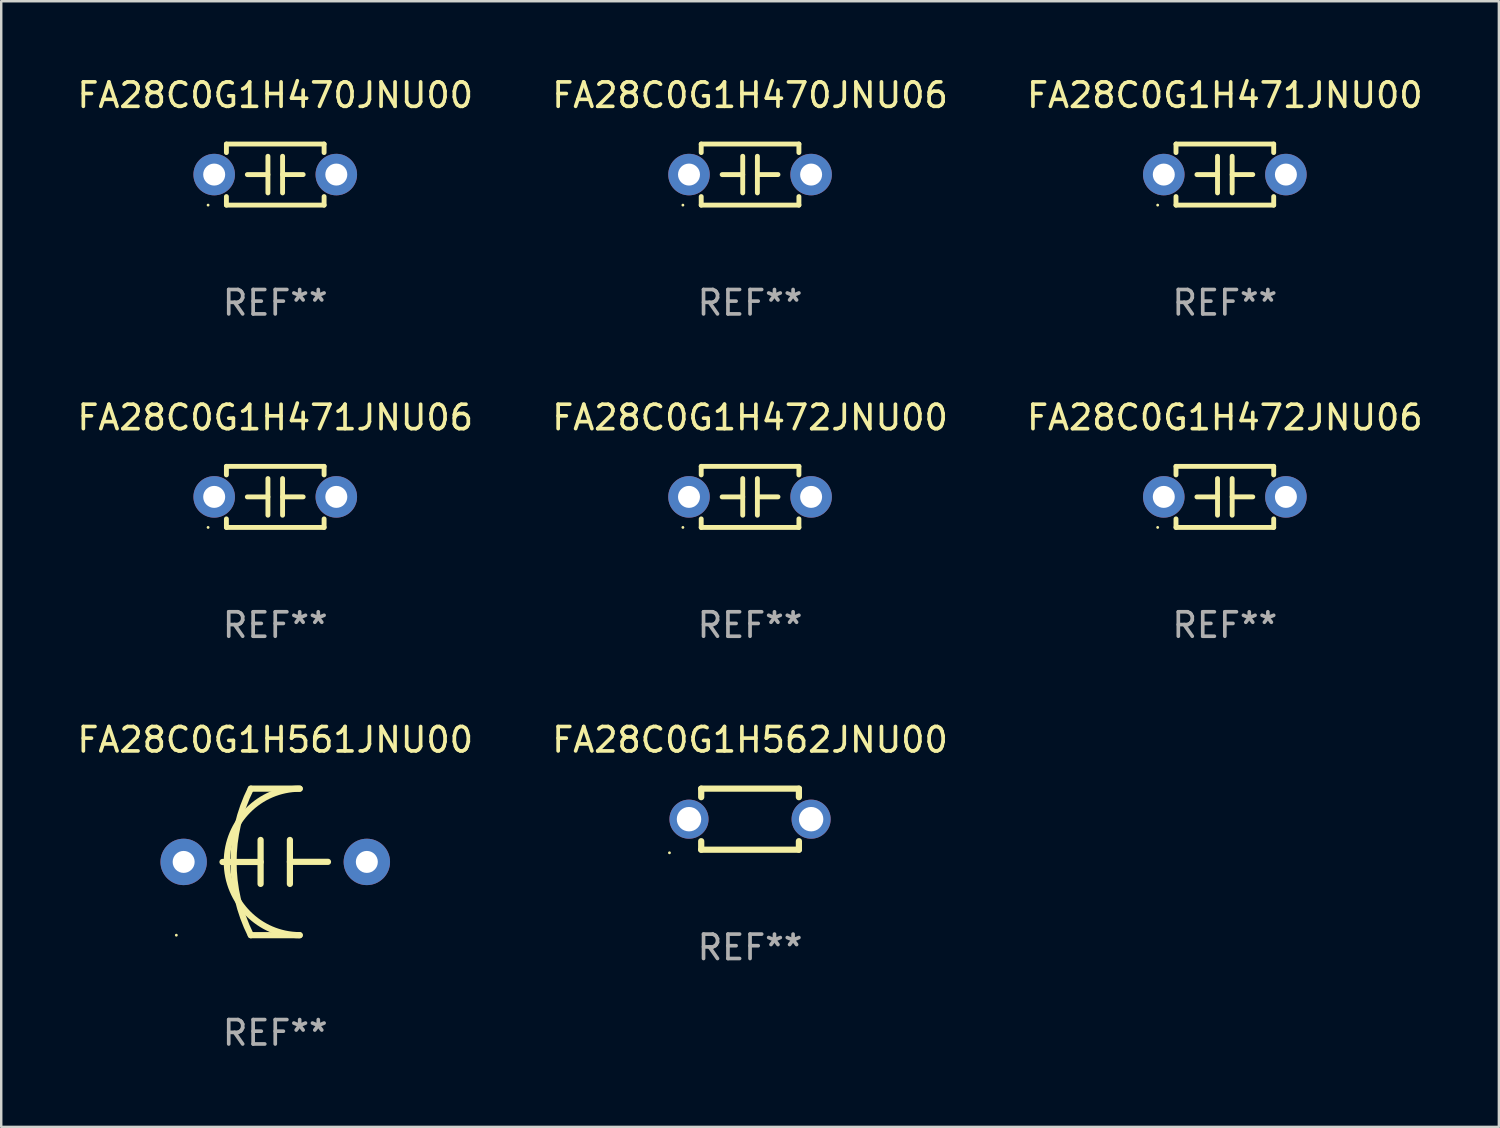
<source format=kicad_pcb>
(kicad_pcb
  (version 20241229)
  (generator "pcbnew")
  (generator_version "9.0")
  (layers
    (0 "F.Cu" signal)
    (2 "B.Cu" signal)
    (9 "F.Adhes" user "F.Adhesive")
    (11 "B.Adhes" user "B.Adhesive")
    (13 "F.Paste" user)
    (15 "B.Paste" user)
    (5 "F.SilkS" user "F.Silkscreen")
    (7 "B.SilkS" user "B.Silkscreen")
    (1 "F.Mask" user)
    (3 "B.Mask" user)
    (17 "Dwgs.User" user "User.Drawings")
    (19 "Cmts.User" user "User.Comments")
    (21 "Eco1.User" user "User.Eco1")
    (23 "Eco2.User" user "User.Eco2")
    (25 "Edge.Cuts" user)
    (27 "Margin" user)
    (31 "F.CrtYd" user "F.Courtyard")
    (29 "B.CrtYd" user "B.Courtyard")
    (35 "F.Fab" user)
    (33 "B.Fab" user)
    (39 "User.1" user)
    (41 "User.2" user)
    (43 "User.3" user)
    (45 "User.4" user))
  (footprint "FA28C0G1H561JNU00"
    (layer "F.Cu")
    (at 8.22 32.241)
    (property "Reference" "FA28C0G1H561JNU00" (at 0 -5 0) (layer "F.SilkS") (effects (font (size 1 1) (thickness 0.15))))
    (attr through_hole)
    (fp_line (start -1 -3) (end 1 -3) (stroke (width 0.254) (type solid)) (layer "F.SilkS"))
    (fp_line (start -0.6 -0.9) (end -0.6 0.9) (stroke (width 0.254) (type solid)) (layer "F.SilkS"))
    (fp_line (start -0.6 0.003) (end -2.159 0.003) (stroke (width 0.254) (type solid)) (layer "F.SilkS"))
    (fp_line (start 0.6 -0.003) (end 2.159 -0.003) (stroke (width 0.254) (type solid)) (layer "F.SilkS"))
    (fp_line (start 0.6 0.9) (end 0.6 -0.9) (stroke (width 0.254) (type solid)) (layer "F.SilkS"))
    (fp_line (start 1 3) (end -1 3) (stroke (width 0.254) (type solid)) (layer "F.SilkS"))
    (fp_arc (start -1.000762 2.999746) (mid -1.708676 -0.000217) (end -1 -3) (stroke (width 0.254001) (type solid)) (layer "F.SilkS"))
    (fp_arc (start 1 3) (mid -1.999111 -0.000254) (end 1.000762 -2.999746) (stroke (width 0.254001) (type solid)) (layer "F.SilkS"))
    (fp_circle (center -4.05 3) (end -4.02 3) (stroke (width 0.06) (type solid)) (fill no) (layer "F.SilkS"))
    (fp_text user "REF**" (at 0 7 0) (layer "F.Fab") (effects (font (size 1 1) (thickness 0.15))))
    (pad "1" thru_hole circle (at -3.75 0) (size 1.9 1.9) (drill 0.9) (layers "*.Cu" "*.Mask"))
    (pad "2" thru_hole circle (at 3.75 0) (size 1.9 1.9) (drill 0.9) (layers "*.Cu" "*.Mask")))
  (footprint "FA28C0G1H470JNU06"
    (layer "F.Cu")
    (at 27.661 4.098)
    (property "Reference" "FA28C0G1H470JNU06" (at 0 -3.25 0) (layer "F.SilkS") (effects (font (size 1 1) (thickness 0.15))))
    (attr through_hole)
    (fp_line (start -2 -1.25) (end -2 -0.901) (stroke (width 0.2) (type solid)) (layer "F.SilkS"))
    (fp_line (start -2 -1.25) (end 2 -1.25) (stroke (width 0.2) (type solid)) (layer "F.SilkS"))
    (fp_line (start -2 0.901) (end -2 1.25) (stroke (width 0.2) (type solid)) (layer "F.SilkS"))
    (fp_line (start -0.3 -0.75) (end -0.3 0.75) (stroke (width 0.2) (type solid)) (layer "F.SilkS"))
    (fp_line (start -0.3 0.001) (end -1.143 0.001) (stroke (width 0.2) (type solid)) (layer "F.SilkS"))
    (fp_line (start 0.3 -0.001) (end 1.143 -0.001) (stroke (width 0.2) (type solid)) (layer "F.SilkS"))
    (fp_line (start 0.3 0.75) (end 0.3 -0.75) (stroke (width 0.2) (type solid)) (layer "F.SilkS"))
    (fp_line (start 2 -1.25) (end 2 -0.901) (stroke (width 0.2) (type solid)) (layer "F.SilkS"))
    (fp_line (start 2 0.901) (end 2 1.25) (stroke (width 0.2) (type solid)) (layer "F.SilkS"))
    (fp_line (start 2 1.25) (end -2 1.25) (stroke (width 0.2) (type solid)) (layer "F.SilkS"))
    (fp_circle (center -2.75 1.25) (end -2.72 1.25) (stroke (width 0.06) (type solid)) (fill no) (layer "F.SilkS"))
    (fp_text user "REF**" (at 0 5.25 0) (layer "F.Fab") (effects (font (size 1 1) (thickness 0.15))))
    (pad "1" thru_hole circle (at -2.5 0) (size 1.7 1.7) (drill 0.9) (layers "*.Cu" "*.Mask"))
    (pad "2" thru_hole circle (at 2.5 0) (size 1.7 1.7) (drill 0.9) (layers "*.Cu" "*.Mask")))
  (footprint "FA28C0G1H471JNU06"
    (layer "F.Cu")
    (at 8.22 17.295)
    (property "Reference" "FA28C0G1H471JNU06" (at 0 -3.25 0) (layer "F.SilkS") (effects (font (size 1 1) (thickness 0.15))))
    (attr through_hole)
    (fp_line (start -2 -1.25) (end -2 -0.901) (stroke (width 0.2) (type solid)) (layer "F.SilkS"))
    (fp_line (start -2 -1.25) (end 2 -1.25) (stroke (width 0.2) (type solid)) (layer "F.SilkS"))
    (fp_line (start -2 0.901) (end -2 1.25) (stroke (width 0.2) (type solid)) (layer "F.SilkS"))
    (fp_line (start -0.3 -0.75) (end -0.3 0.75) (stroke (width 0.2) (type solid)) (layer "F.SilkS"))
    (fp_line (start -0.3 0.001) (end -1.143 0.001) (stroke (width 0.2) (type solid)) (layer "F.SilkS"))
    (fp_line (start 0.3 -0.001) (end 1.143 -0.001) (stroke (width 0.2) (type solid)) (layer "F.SilkS"))
    (fp_line (start 0.3 0.75) (end 0.3 -0.75) (stroke (width 0.2) (type solid)) (layer "F.SilkS"))
    (fp_line (start 2 -1.25) (end 2 -0.901) (stroke (width 0.2) (type solid)) (layer "F.SilkS"))
    (fp_line (start 2 0.901) (end 2 1.25) (stroke (width 0.2) (type solid)) (layer "F.SilkS"))
    (fp_line (start 2 1.25) (end -2 1.25) (stroke (width 0.2) (type solid)) (layer "F.SilkS"))
    (fp_circle (center -2.75 1.25) (end -2.72 1.25) (stroke (width 0.06) (type solid)) (fill no) (layer "F.SilkS"))
    (fp_text user "REF**" (at 0 5.25 0) (layer "F.Fab") (effects (font (size 1 1) (thickness 0.15))))
    (pad "1" thru_hole circle (at -2.5 0) (size 1.7 1.7) (drill 0.9) (layers "*.Cu" "*.Mask"))
    (pad "2" thru_hole circle (at 2.5 0) (size 1.7 1.7) (drill 0.9) (layers "*.Cu" "*.Mask")))
  (footprint "FA28C0G1H472JNU06"
    (layer "F.Cu")
    (at 47.101 17.295)
    (property "Reference" "FA28C0G1H472JNU06" (at 0 -3.25 0) (layer "F.SilkS") (effects (font (size 1 1) (thickness 0.15))))
    (attr through_hole)
    (fp_line (start -2 -1.25) (end -2 -0.901) (stroke (width 0.2) (type solid)) (layer "F.SilkS"))
    (fp_line (start -2 -1.25) (end 2 -1.25) (stroke (width 0.2) (type solid)) (layer "F.SilkS"))
    (fp_line (start -2 0.901) (end -2 1.25) (stroke (width 0.2) (type solid)) (layer "F.SilkS"))
    (fp_line (start -0.3 -0.75) (end -0.3 0.75) (stroke (width 0.2) (type solid)) (layer "F.SilkS"))
    (fp_line (start -0.3 0.001) (end -1.143 0.001) (stroke (width 0.2) (type solid)) (layer "F.SilkS"))
    (fp_line (start 0.3 -0.001) (end 1.143 -0.001) (stroke (width 0.2) (type solid)) (layer "F.SilkS"))
    (fp_line (start 0.3 0.75) (end 0.3 -0.75) (stroke (width 0.2) (type solid)) (layer "F.SilkS"))
    (fp_line (start 2 -1.25) (end 2 -0.901) (stroke (width 0.2) (type solid)) (layer "F.SilkS"))
    (fp_line (start 2 0.901) (end 2 1.25) (stroke (width 0.2) (type solid)) (layer "F.SilkS"))
    (fp_line (start 2 1.25) (end -2 1.25) (stroke (width 0.2) (type solid)) (layer "F.SilkS"))
    (fp_circle (center -2.75 1.25) (end -2.72 1.25) (stroke (width 0.06) (type solid)) (fill no) (layer "F.SilkS"))
    (fp_text user "REF**" (at 0 5.25 0) (layer "F.Fab") (effects (font (size 1 1) (thickness 0.15))))
    (pad "1" thru_hole circle (at -2.5 0) (size 1.7 1.7) (drill 0.9) (layers "*.Cu" "*.Mask"))
    (pad "2" thru_hole circle (at 2.5 0) (size 1.7 1.7) (drill 0.9) (layers "*.Cu" "*.Mask")))
  (footprint "FA28C0G1H472JNU00"
    (layer "F.Cu")
    (at 27.661 17.295)
    (property "Reference" "FA28C0G1H472JNU00" (at 0 -3.25 0) (layer "F.SilkS") (effects (font (size 1 1) (thickness 0.15))))
    (attr through_hole)
    (fp_line (start -2 -1.25) (end -2 -0.901) (stroke (width 0.2) (type solid)) (layer "F.SilkS"))
    (fp_line (start -2 -1.25) (end 2 -1.25) (stroke (width 0.2) (type solid)) (layer "F.SilkS"))
    (fp_line (start -2 0.901) (end -2 1.25) (stroke (width 0.2) (type solid)) (layer "F.SilkS"))
    (fp_line (start -0.3 -0.75) (end -0.3 0.75) (stroke (width 0.2) (type solid)) (layer "F.SilkS"))
    (fp_line (start -0.3 0.001) (end -1.143 0.001) (stroke (width 0.2) (type solid)) (layer "F.SilkS"))
    (fp_line (start 0.3 -0.001) (end 1.143 -0.001) (stroke (width 0.2) (type solid)) (layer "F.SilkS"))
    (fp_line (start 0.3 0.75) (end 0.3 -0.75) (stroke (width 0.2) (type solid)) (layer "F.SilkS"))
    (fp_line (start 2 -1.25) (end 2 -0.901) (stroke (width 0.2) (type solid)) (layer "F.SilkS"))
    (fp_line (start 2 0.901) (end 2 1.25) (stroke (width 0.2) (type solid)) (layer "F.SilkS"))
    (fp_line (start 2 1.25) (end -2 1.25) (stroke (width 0.2) (type solid)) (layer "F.SilkS"))
    (fp_circle (center -2.75 1.25) (end -2.72 1.25) (stroke (width 0.06) (type solid)) (fill no) (layer "F.SilkS"))
    (fp_text user "REF**" (at 0 5.25 0) (layer "F.Fab") (effects (font (size 1 1) (thickness 0.15))))
    (pad "1" thru_hole circle (at -2.5 0) (size 1.7 1.7) (drill 0.9) (layers "*.Cu" "*.Mask"))
    (pad "2" thru_hole circle (at 2.5 0) (size 1.7 1.7) (drill 0.9) (layers "*.Cu" "*.Mask")))
  (footprint "FA28C0G1H562JNU00"
    (layer "F.Cu")
    (at 27.661 30.491)
    (property "Reference" "FA28C0G1H562JNU00" (at 0 -3.25 0) (layer "F.SilkS") (effects (font (size 1 1) (thickness 0.15))))
    (attr through_hole)
    (fp_line (start -2 -1.25) (end -2 -0.901) (stroke (width 0.254) (type solid)) (layer "F.SilkS"))
    (fp_line (start -2 -1.25) (end 2 -1.25) (stroke (width 0.254) (type solid)) (layer "F.SilkS"))
    (fp_line (start -2 0.901) (end -2 1.25) (stroke (width 0.254) (type solid)) (layer "F.SilkS"))
    (fp_line (start 2 -1.25) (end 2 -0.901) (stroke (width 0.254) (type solid)) (layer "F.SilkS"))
    (fp_line (start 2 0.901) (end 2 1.25) (stroke (width 0.254) (type solid)) (layer "F.SilkS"))
    (fp_line (start 2 1.25) (end -2 1.25) (stroke (width 0.254) (type solid)) (layer "F.SilkS"))
    (fp_circle (center -3.3 1.377) (end -3.27 1.377) (stroke (width 0.06) (type solid)) (fill no) (layer "F.SilkS"))
    (fp_text user "REF**" (at 0 5.25 0) (layer "F.Fab") (effects (font (size 1 1) (thickness 0.15))))
    (pad "1" thru_hole circle (at -2.5 0) (size 1.6 1.6) (drill 1) (layers "*.Cu" "*.Mask"))
    (pad "2" thru_hole circle (at 2.5 0) (size 1.6 1.6) (drill 1) (layers "*.Cu" "*.Mask")))
  (footprint "FA28C0G1H470JNU00"
    (layer "F.Cu")
    (at 8.22 4.098)
    (property "Reference" "FA28C0G1H470JNU00" (at 0 -3.25 0) (layer "F.SilkS") (effects (font (size 1 1) (thickness 0.15))))
    (attr through_hole)
    (fp_line (start -2 -1.25) (end -2 -0.901) (stroke (width 0.2) (type solid)) (layer "F.SilkS"))
    (fp_line (start -2 -1.25) (end 2 -1.25) (stroke (width 0.2) (type solid)) (layer "F.SilkS"))
    (fp_line (start -2 0.901) (end -2 1.25) (stroke (width 0.2) (type solid)) (layer "F.SilkS"))
    (fp_line (start -0.3 -0.75) (end -0.3 0.75) (stroke (width 0.2) (type solid)) (layer "F.SilkS"))
    (fp_line (start -0.3 0.001) (end -1.143 0.001) (stroke (width 0.2) (type solid)) (layer "F.SilkS"))
    (fp_line (start 0.3 -0.001) (end 1.143 -0.001) (stroke (width 0.2) (type solid)) (layer "F.SilkS"))
    (fp_line (start 0.3 0.75) (end 0.3 -0.75) (stroke (width 0.2) (type solid)) (layer "F.SilkS"))
    (fp_line (start 2 -1.25) (end 2 -0.901) (stroke (width 0.2) (type solid)) (layer "F.SilkS"))
    (fp_line (start 2 0.901) (end 2 1.25) (stroke (width 0.2) (type solid)) (layer "F.SilkS"))
    (fp_line (start 2 1.25) (end -2 1.25) (stroke (width 0.2) (type solid)) (layer "F.SilkS"))
    (fp_circle (center -2.75 1.25) (end -2.72 1.25) (stroke (width 0.06) (type solid)) (fill no) (layer "F.SilkS"))
    (fp_text user "REF**" (at 0 5.25 0) (layer "F.Fab") (effects (font (size 1 1) (thickness 0.15))))
    (pad "1" thru_hole circle (at -2.5 0) (size 1.7 1.7) (drill 0.9) (layers "*.Cu" "*.Mask"))
    (pad "2" thru_hole circle (at 2.5 0) (size 1.7 1.7) (drill 0.9) (layers "*.Cu" "*.Mask")))
  (footprint "FA28C0G1H471JNU00"
    (layer "F.Cu")
    (at 47.101 4.098)
    (property "Reference" "FA28C0G1H471JNU00" (at 0 -3.25 0) (layer "F.SilkS") (effects (font (size 1 1) (thickness 0.15))))
    (attr through_hole)
    (fp_line (start -2 -1.25) (end -2 -0.901) (stroke (width 0.2) (type solid)) (layer "F.SilkS"))
    (fp_line (start -2 -1.25) (end 2 -1.25) (stroke (width 0.2) (type solid)) (layer "F.SilkS"))
    (fp_line (start -2 0.901) (end -2 1.25) (stroke (width 0.2) (type solid)) (layer "F.SilkS"))
    (fp_line (start -0.3 -0.75) (end -0.3 0.75) (stroke (width 0.2) (type solid)) (layer "F.SilkS"))
    (fp_line (start -0.3 0.001) (end -1.143 0.001) (stroke (width 0.2) (type solid)) (layer "F.SilkS"))
    (fp_line (start 0.3 -0.001) (end 1.143 -0.001) (stroke (width 0.2) (type solid)) (layer "F.SilkS"))
    (fp_line (start 0.3 0.75) (end 0.3 -0.75) (stroke (width 0.2) (type solid)) (layer "F.SilkS"))
    (fp_line (start 2 -1.25) (end 2 -0.901) (stroke (width 0.2) (type solid)) (layer "F.SilkS"))
    (fp_line (start 2 0.901) (end 2 1.25) (stroke (width 0.2) (type solid)) (layer "F.SilkS"))
    (fp_line (start 2 1.25) (end -2 1.25) (stroke (width 0.2) (type solid)) (layer "F.SilkS"))
    (fp_circle (center -2.75 1.25) (end -2.72 1.25) (stroke (width 0.06) (type solid)) (fill no) (layer "F.SilkS"))
    (fp_text user "REF**" (at 0 5.25 0) (layer "F.Fab") (effects (font (size 1 1) (thickness 0.15))))
    (pad "1" thru_hole circle (at -2.5 0) (size 1.7 1.7) (drill 0.9) (layers "*.Cu" "*.Mask"))
    (pad "2" thru_hole circle (at 2.5 0) (size 1.7 1.7) (drill 0.9) (layers "*.Cu" "*.Mask")))
  (gr_rect
    (start -3 -3)
    (end 58.321 43.09)
    (stroke (width 0.1) (type default))
    (fill no)
    (layer "Edge.Cuts")))
</source>
